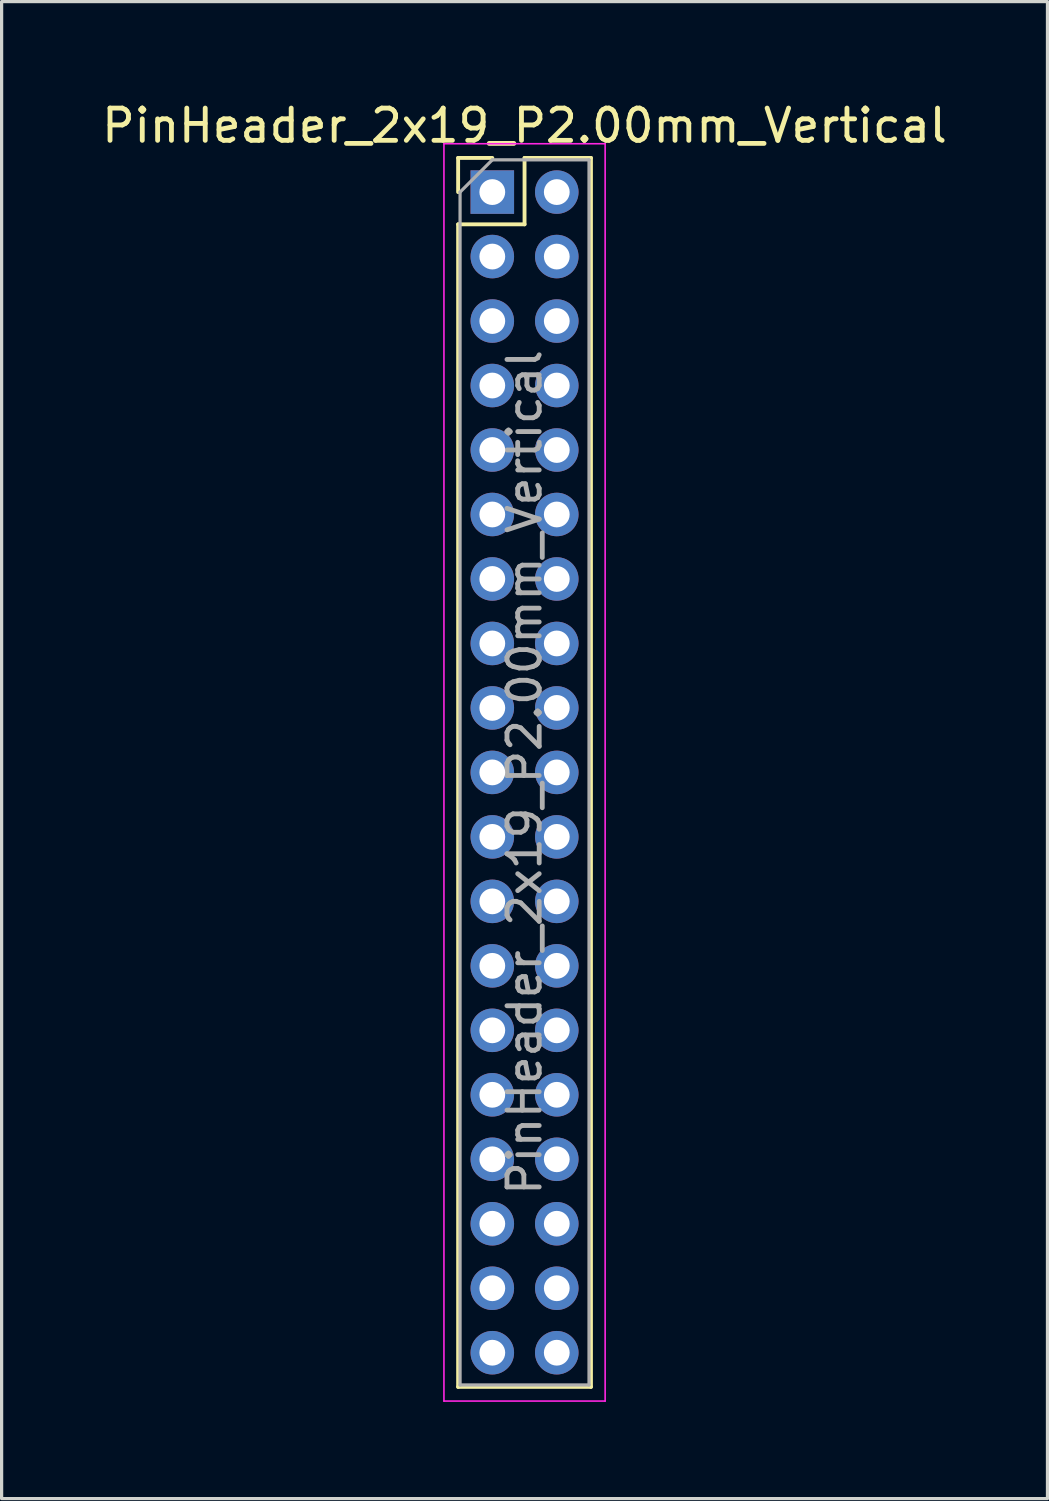
<source format=kicad_pcb>
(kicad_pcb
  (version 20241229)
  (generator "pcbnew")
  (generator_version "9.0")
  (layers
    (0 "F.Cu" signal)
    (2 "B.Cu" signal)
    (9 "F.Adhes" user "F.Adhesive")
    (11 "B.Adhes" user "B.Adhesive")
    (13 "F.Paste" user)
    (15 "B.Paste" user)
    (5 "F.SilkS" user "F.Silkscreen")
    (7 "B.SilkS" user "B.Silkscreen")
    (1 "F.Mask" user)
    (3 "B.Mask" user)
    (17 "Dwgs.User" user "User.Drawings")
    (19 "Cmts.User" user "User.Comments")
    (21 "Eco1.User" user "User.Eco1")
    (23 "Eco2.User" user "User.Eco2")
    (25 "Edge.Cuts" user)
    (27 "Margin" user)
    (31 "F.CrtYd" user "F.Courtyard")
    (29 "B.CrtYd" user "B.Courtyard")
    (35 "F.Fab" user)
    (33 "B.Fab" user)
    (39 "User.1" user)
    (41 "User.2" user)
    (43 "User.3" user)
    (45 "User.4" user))
  (footprint "PinHeader_2x19_P2.00mm_Vertical"
    (layer "F.Cu")
    (at 12.22 2.908)
    (property "Reference" "PinHeader_2x19_P2.00mm_Vertical" (at 1 -2.06 0) (layer "F.SilkS") (effects (font (size 1 1) (thickness 0.15))))
    (attr through_hole)
    (fp_line (start -1.06 -1.06) (end 0 -1.06) (stroke (width 0.12) (type solid)) (layer "F.SilkS"))
    (fp_line (start -1.06 0) (end -1.06 -1.06) (stroke (width 0.12) (type solid)) (layer "F.SilkS"))
    (fp_line (start -1.06 1) (end -1.06 37.06) (stroke (width 0.12) (type solid)) (layer "F.SilkS"))
    (fp_line (start -1.06 1) (end 1 1) (stroke (width 0.12) (type solid)) (layer "F.SilkS"))
    (fp_line (start -1.06 37.06) (end 3.06 37.06) (stroke (width 0.12) (type solid)) (layer "F.SilkS"))
    (fp_line (start 1 -1.06) (end 3.06 -1.06) (stroke (width 0.12) (type solid)) (layer "F.SilkS"))
    (fp_line (start 1 1) (end 1 -1.06) (stroke (width 0.12) (type solid)) (layer "F.SilkS"))
    (fp_line (start 3.06 -1.06) (end 3.06 37.06) (stroke (width 0.12) (type solid)) (layer "F.SilkS"))
    (fp_line (start -1.5 -1.5) (end -1.5 37.5) (stroke (width 0.05) (type solid)) (layer "F.CrtYd"))
    (fp_line (start -1.5 37.5) (end 3.5 37.5) (stroke (width 0.05) (type solid)) (layer "F.CrtYd"))
    (fp_line (start 3.5 -1.5) (end -1.5 -1.5) (stroke (width 0.05) (type solid)) (layer "F.CrtYd"))
    (fp_line (start 3.5 37.5) (end 3.5 -1.5) (stroke (width 0.05) (type solid)) (layer "F.CrtYd"))
    (fp_line (start -1 0) (end 0 -1) (stroke (width 0.1) (type solid)) (layer "F.Fab"))
    (fp_line (start -1 37) (end -1 0) (stroke (width 0.1) (type solid)) (layer "F.Fab"))
    (fp_line (start 0 -1) (end 3 -1) (stroke (width 0.1) (type solid)) (layer "F.Fab"))
    (fp_line (start 3 -1) (end 3 37) (stroke (width 0.1) (type solid)) (layer "F.Fab"))
    (fp_line (start 3 37) (end -1 37) (stroke (width 0.1) (type solid)) (layer "F.Fab"))
    (fp_text user "${REFERENCE}" (at 1 18 90) (layer "F.Fab") (effects (font (size 1 1) (thickness 0.15))))
    (pad "1" thru_hole rect (at 0 0) (size 1.35 1.35) (drill 0.8) (layers "*.Cu" "*.Mask"))
    (pad "2" thru_hole oval (at 2 0) (size 1.35 1.35) (drill 0.8) (layers "*.Cu" "*.Mask"))
    (pad "3" thru_hole oval (at 0 2) (size 1.35 1.35) (drill 0.8) (layers "*.Cu" "*.Mask"))
    (pad "4" thru_hole oval (at 2 2) (size 1.35 1.35) (drill 0.8) (layers "*.Cu" "*.Mask"))
    (pad "5" thru_hole oval (at 0 4) (size 1.35 1.35) (drill 0.8) (layers "*.Cu" "*.Mask"))
    (pad "6" thru_hole oval (at 2 4) (size 1.35 1.35) (drill 0.8) (layers "*.Cu" "*.Mask"))
    (pad "7" thru_hole oval (at 0 6) (size 1.35 1.35) (drill 0.8) (layers "*.Cu" "*.Mask"))
    (pad "8" thru_hole oval (at 2 6) (size 1.35 1.35) (drill 0.8) (layers "*.Cu" "*.Mask"))
    (pad "9" thru_hole oval (at 0 8) (size 1.35 1.35) (drill 0.8) (layers "*.Cu" "*.Mask"))
    (pad "10" thru_hole oval (at 2 8) (size 1.35 1.35) (drill 0.8) (layers "*.Cu" "*.Mask"))
    (pad "11" thru_hole oval (at 0 10) (size 1.35 1.35) (drill 0.8) (layers "*.Cu" "*.Mask"))
    (pad "12" thru_hole oval (at 2 10) (size 1.35 1.35) (drill 0.8) (layers "*.Cu" "*.Mask"))
    (pad "13" thru_hole oval (at 0 12) (size 1.35 1.35) (drill 0.8) (layers "*.Cu" "*.Mask"))
    (pad "14" thru_hole oval (at 2 12) (size 1.35 1.35) (drill 0.8) (layers "*.Cu" "*.Mask"))
    (pad "15" thru_hole oval (at 0 14) (size 1.35 1.35) (drill 0.8) (layers "*.Cu" "*.Mask"))
    (pad "16" thru_hole oval (at 2 14) (size 1.35 1.35) (drill 0.8) (layers "*.Cu" "*.Mask"))
    (pad "17" thru_hole oval (at 0 16) (size 1.35 1.35) (drill 0.8) (layers "*.Cu" "*.Mask"))
    (pad "18" thru_hole oval (at 2 16) (size 1.35 1.35) (drill 0.8) (layers "*.Cu" "*.Mask"))
    (pad "19" thru_hole oval (at 0 18) (size 1.35 1.35) (drill 0.8) (layers "*.Cu" "*.Mask"))
    (pad "20" thru_hole oval (at 2 18) (size 1.35 1.35) (drill 0.8) (layers "*.Cu" "*.Mask"))
    (pad "21" thru_hole oval (at 0 20) (size 1.35 1.35) (drill 0.8) (layers "*.Cu" "*.Mask"))
    (pad "22" thru_hole oval (at 2 20) (size 1.35 1.35) (drill 0.8) (layers "*.Cu" "*.Mask"))
    (pad "23" thru_hole oval (at 0 22) (size 1.35 1.35) (drill 0.8) (layers "*.Cu" "*.Mask"))
    (pad "24" thru_hole oval (at 2 22) (size 1.35 1.35) (drill 0.8) (layers "*.Cu" "*.Mask"))
    (pad "25" thru_hole oval (at 0 24) (size 1.35 1.35) (drill 0.8) (layers "*.Cu" "*.Mask"))
    (pad "26" thru_hole oval (at 2 24) (size 1.35 1.35) (drill 0.8) (layers "*.Cu" "*.Mask"))
    (pad "27" thru_hole oval (at 0 26) (size 1.35 1.35) (drill 0.8) (layers "*.Cu" "*.Mask"))
    (pad "28" thru_hole oval (at 2 26) (size 1.35 1.35) (drill 0.8) (layers "*.Cu" "*.Mask"))
    (pad "29" thru_hole oval (at 0 28) (size 1.35 1.35) (drill 0.8) (layers "*.Cu" "*.Mask"))
    (pad "30" thru_hole oval (at 2 28) (size 1.35 1.35) (drill 0.8) (layers "*.Cu" "*.Mask"))
    (pad "31" thru_hole oval (at 0 30) (size 1.35 1.35) (drill 0.8) (layers "*.Cu" "*.Mask"))
    (pad "32" thru_hole oval (at 2 30) (size 1.35 1.35) (drill 0.8) (layers "*.Cu" "*.Mask"))
    (pad "33" thru_hole oval (at 0 32) (size 1.35 1.35) (drill 0.8) (layers "*.Cu" "*.Mask"))
    (pad "34" thru_hole oval (at 2 32) (size 1.35 1.35) (drill 0.8) (layers "*.Cu" "*.Mask"))
    (pad "35" thru_hole oval (at 0 34) (size 1.35 1.35) (drill 0.8) (layers "*.Cu" "*.Mask"))
    (pad "36" thru_hole oval (at 2 34) (size 1.35 1.35) (drill 0.8) (layers "*.Cu" "*.Mask"))
    (pad "37" thru_hole oval (at 0 36) (size 1.35 1.35) (drill 0.8) (layers "*.Cu" "*.Mask"))
    (pad "38" thru_hole oval (at 2 36) (size 1.35 1.35) (drill 0.8) (layers "*.Cu" "*.Mask")))
  (gr_rect
    (start -3 -3)
    (end 29.44 43.433)
    (stroke (width 0.1) (type default))
    (fill no)
    (layer "Edge.Cuts")))
</source>
